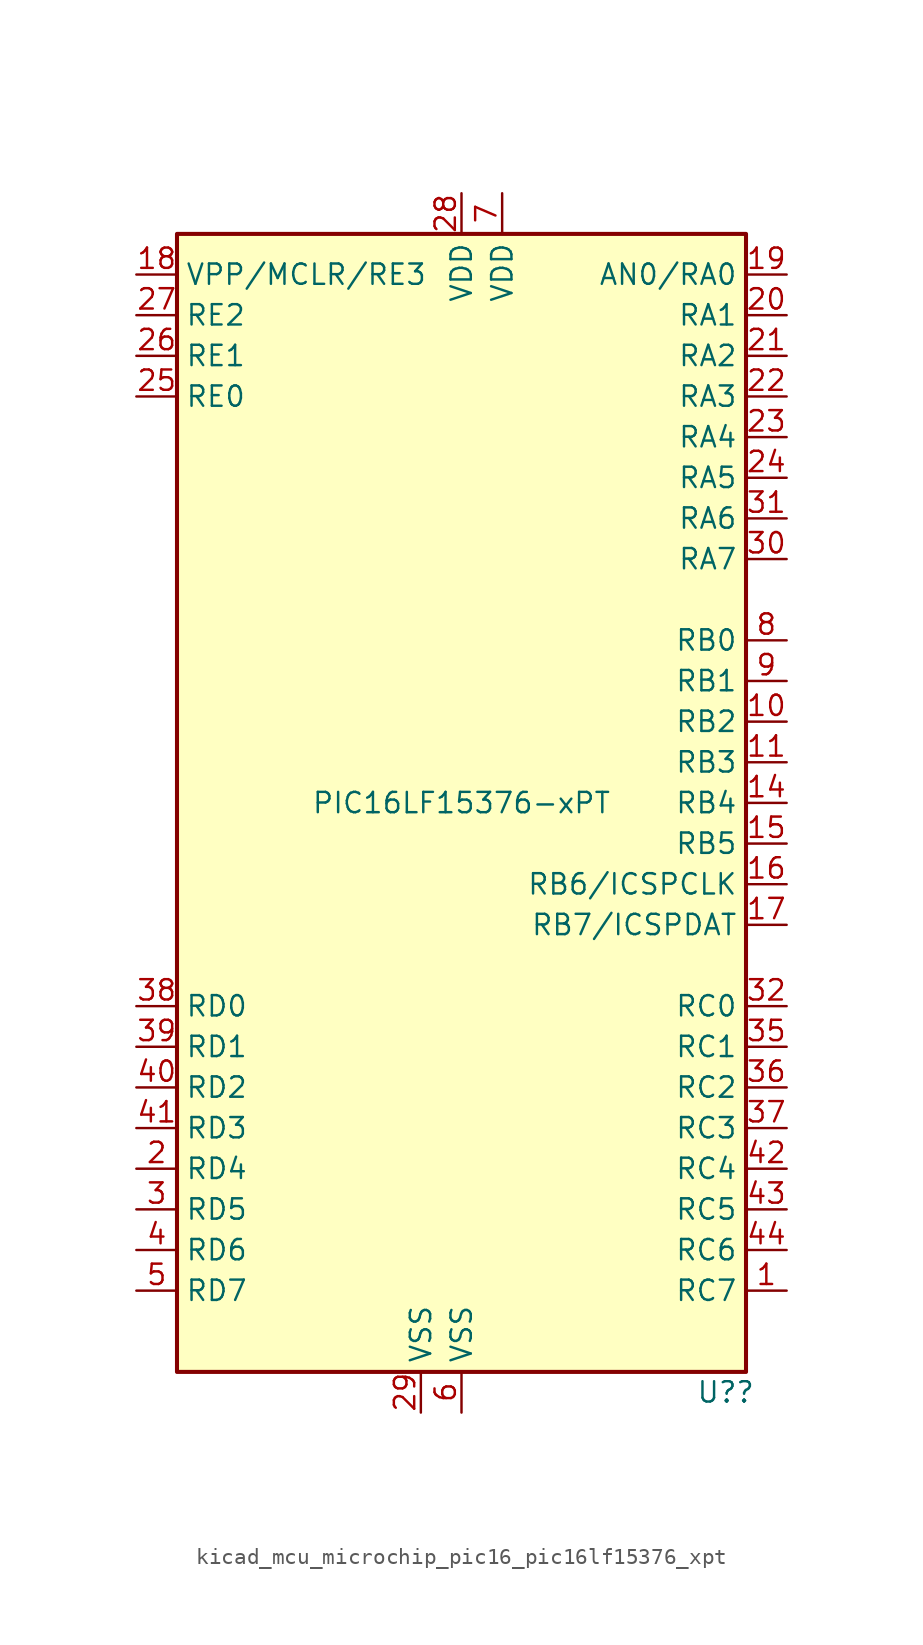
<source format=kicad_sym>
(kicad_symbol_lib
  (version 20220914)
  (generator kicad_symbol_editor)
  (symbol "kicad_mcu_microchip_pic16_pic16lf15376_xpt"
    (property "Reference" "U?"
      (at 16.51 -36.83 0)
      (effects (font (size 1.27 1.27))))
    (property "Value" "PIC16LF15376-xPT"
      (at 0 0 0)
      (effects (font (size 1.27 1.27))))
    (symbol "kicad_mcu_microchip_pic16_pic16lf15376_xpt_0_0"
      (pin no_connect line (at -17.78 5.08 0) (length 2.54) hide (name "NC" (effects (font (size 1.27 1.27)))) (number "12" (effects (font (size 1.27 1.27)))))
      (pin no_connect line (at -17.78 0 0) (length 2.54) hide (name "NC" (effects (font (size 1.27 1.27)))) (number "13" (effects (font (size 1.27 1.27)))))
      (pin no_connect line (at -17.78 2.54 0) (length 2.54) hide (name "NC" (effects (font (size 1.27 1.27)))) (number "33" (effects (font (size 1.27 1.27)))))
      (pin no_connect line (at -17.78 7.62 0) (length 2.54) hide (name "NC" (effects (font (size 1.27 1.27)))) (number "34" (effects (font (size 1.27 1.27))))))
    (symbol "kicad_mcu_microchip_pic16_pic16lf15376_xpt_0_1"
      (rectangle (start -17.78 35.56) (end 17.78 -35.56) (stroke (width 0.254) (type default)) (fill (type background))))
    (symbol "kicad_mcu_microchip_pic16_pic16lf15376_xpt_1_1"
      (pin bidirectional line (at 20.32 -30.48 180) (length 2.54) (name "RC7" (effects (font (size 1.27 1.27)))) (number "1" (effects (font (size 1.27 1.27)))))
      (pin bidirectional line (at 20.32 5.08 180) (length 2.54) (name "RB2" (effects (font (size 1.27 1.27)))) (number "10" (effects (font (size 1.27 1.27)))))
      (pin bidirectional line (at 20.32 2.54 180) (length 2.54) (name "RB3" (effects (font (size 1.27 1.27)))) (number "11" (effects (font (size 1.27 1.27)))))
      (pin bidirectional line (at 20.32 0 180) (length 2.54) (name "RB4" (effects (font (size 1.27 1.27)))) (number "14" (effects (font (size 1.27 1.27)))))
      (pin bidirectional line (at 20.32 -2.54 180) (length 2.54) (name "RB5" (effects (font (size 1.27 1.27)))) (number "15" (effects (font (size 1.27 1.27)))))
      (pin bidirectional line (at 20.32 -5.08 180) (length 2.54) (name "RB6/ICSPCLK" (effects (font (size 1.27 1.27)))) (number "16" (effects (font (size 1.27 1.27)))))
      (pin bidirectional line (at 20.32 -7.62 180) (length 2.54) (name "RB7/ICSPDAT" (effects (font (size 1.27 1.27)))) (number "17" (effects (font (size 1.27 1.27)))))
      (pin bidirectional line (at -20.32 33.02 0) (length 2.54) (name "VPP/MCLR/RE3" (effects (font (size 1.27 1.27)))) (number "18" (effects (font (size 1.27 1.27)))))
      (pin bidirectional line (at 20.32 33.02 180) (length 2.54) (name "AN0/RA0" (effects (font (size 1.27 1.27)))) (number "19" (effects (font (size 1.27 1.27)))))
      (pin bidirectional line (at -20.32 -22.86 0) (length 2.54) (name "RD4" (effects (font (size 1.27 1.27)))) (number "2" (effects (font (size 1.27 1.27)))))
      (pin bidirectional line (at 20.32 30.48 180) (length 2.54) (name "RA1" (effects (font (size 1.27 1.27)))) (number "20" (effects (font (size 1.27 1.27)))))
      (pin bidirectional line (at 20.32 27.94 180) (length 2.54) (name "RA2" (effects (font (size 1.27 1.27)))) (number "21" (effects (font (size 1.27 1.27)))))
      (pin bidirectional line (at 20.32 25.4 180) (length 2.54) (name "RA3" (effects (font (size 1.27 1.27)))) (number "22" (effects (font (size 1.27 1.27)))))
      (pin bidirectional line (at 20.32 22.86 180) (length 2.54) (name "RA4" (effects (font (size 1.27 1.27)))) (number "23" (effects (font (size 1.27 1.27)))))
      (pin bidirectional line (at 20.32 20.32 180) (length 2.54) (name "RA5" (effects (font (size 1.27 1.27)))) (number "24" (effects (font (size 1.27 1.27)))))
      (pin bidirectional line (at -20.32 25.4 0) (length 2.54) (name "RE0" (effects (font (size 1.27 1.27)))) (number "25" (effects (font (size 1.27 1.27)))))
      (pin bidirectional line (at -20.32 27.94 0) (length 2.54) (name "RE1" (effects (font (size 1.27 1.27)))) (number "26" (effects (font (size 1.27 1.27)))))
      (pin bidirectional line (at -20.32 30.48 0) (length 2.54) (name "RE2" (effects (font (size 1.27 1.27)))) (number "27" (effects (font (size 1.27 1.27)))))
      (pin power_in line (at 0 38.1 270) (length 2.54) (name "VDD" (effects (font (size 1.27 1.27)))) (number "28" (effects (font (size 1.27 1.27)))))
      (pin power_in line (at -2.54 -38.1 90) (length 2.54) (name "VSS" (effects (font (size 1.27 1.27)))) (number "29" (effects (font (size 1.27 1.27)))))
      (pin bidirectional line (at -20.32 -25.4 0) (length 2.54) (name "RD5" (effects (font (size 1.27 1.27)))) (number "3" (effects (font (size 1.27 1.27)))))
      (pin bidirectional line (at 20.32 15.24 180) (length 2.54) (name "RA7" (effects (font (size 1.27 1.27)))) (number "30" (effects (font (size 1.27 1.27)))))
      (pin bidirectional line (at 20.32 17.78 180) (length 2.54) (name "RA6" (effects (font (size 1.27 1.27)))) (number "31" (effects (font (size 1.27 1.27)))))
      (pin bidirectional line (at 20.32 -12.7 180) (length 2.54) (name "RC0" (effects (font (size 1.27 1.27)))) (number "32" (effects (font (size 1.27 1.27)))))
      (pin bidirectional line (at 20.32 -15.24 180) (length 2.54) (name "RC1" (effects (font (size 1.27 1.27)))) (number "35" (effects (font (size 1.27 1.27)))))
      (pin bidirectional line (at 20.32 -17.78 180) (length 2.54) (name "RC2" (effects (font (size 1.27 1.27)))) (number "36" (effects (font (size 1.27 1.27)))))
      (pin bidirectional line (at 20.32 -20.32 180) (length 2.54) (name "RC3" (effects (font (size 1.27 1.27)))) (number "37" (effects (font (size 1.27 1.27)))))
      (pin bidirectional line (at -20.32 -12.7 0) (length 2.54) (name "RD0" (effects (font (size 1.27 1.27)))) (number "38" (effects (font (size 1.27 1.27)))))
      (pin bidirectional line (at -20.32 -15.24 0) (length 2.54) (name "RD1" (effects (font (size 1.27 1.27)))) (number "39" (effects (font (size 1.27 1.27)))))
      (pin bidirectional line (at -20.32 -27.94 0) (length 2.54) (name "RD6" (effects (font (size 1.27 1.27)))) (number "4" (effects (font (size 1.27 1.27)))))
      (pin bidirectional line (at -20.32 -17.78 0) (length 2.54) (name "RD2" (effects (font (size 1.27 1.27)))) (number "40" (effects (font (size 1.27 1.27)))))
      (pin bidirectional line (at -20.32 -20.32 0) (length 2.54) (name "RD3" (effects (font (size 1.27 1.27)))) (number "41" (effects (font (size 1.27 1.27)))))
      (pin bidirectional line (at 20.32 -22.86 180) (length 2.54) (name "RC4" (effects (font (size 1.27 1.27)))) (number "42" (effects (font (size 1.27 1.27)))))
      (pin bidirectional line (at 20.32 -25.4 180) (length 2.54) (name "RC5" (effects (font (size 1.27 1.27)))) (number "43" (effects (font (size 1.27 1.27)))))
      (pin bidirectional line (at 20.32 -27.94 180) (length 2.54) (name "RC6" (effects (font (size 1.27 1.27)))) (number "44" (effects (font (size 1.27 1.27)))))
      (pin bidirectional line (at -20.32 -30.48 0) (length 2.54) (name "RD7" (effects (font (size 1.27 1.27)))) (number "5" (effects (font (size 1.27 1.27)))))
      (pin power_in line (at 0 -38.1 90) (length 2.54) (name "VSS" (effects (font (size 1.27 1.27)))) (number "6" (effects (font (size 1.27 1.27)))))
      (pin power_in line (at 2.54 38.1 270) (length 2.54) (name "VDD" (effects (font (size 1.27 1.27)))) (number "7" (effects (font (size 1.27 1.27)))))
      (pin bidirectional line (at 20.32 10.16 180) (length 2.54) (name "RB0" (effects (font (size 1.27 1.27)))) (number "8" (effects (font (size 1.27 1.27)))))
      (pin bidirectional line (at 20.32 7.62 180) (length 2.54) (name "RB1" (effects (font (size 1.27 1.27)))) (number "9" (effects (font (size 1.27 1.27))))))))
</source>
